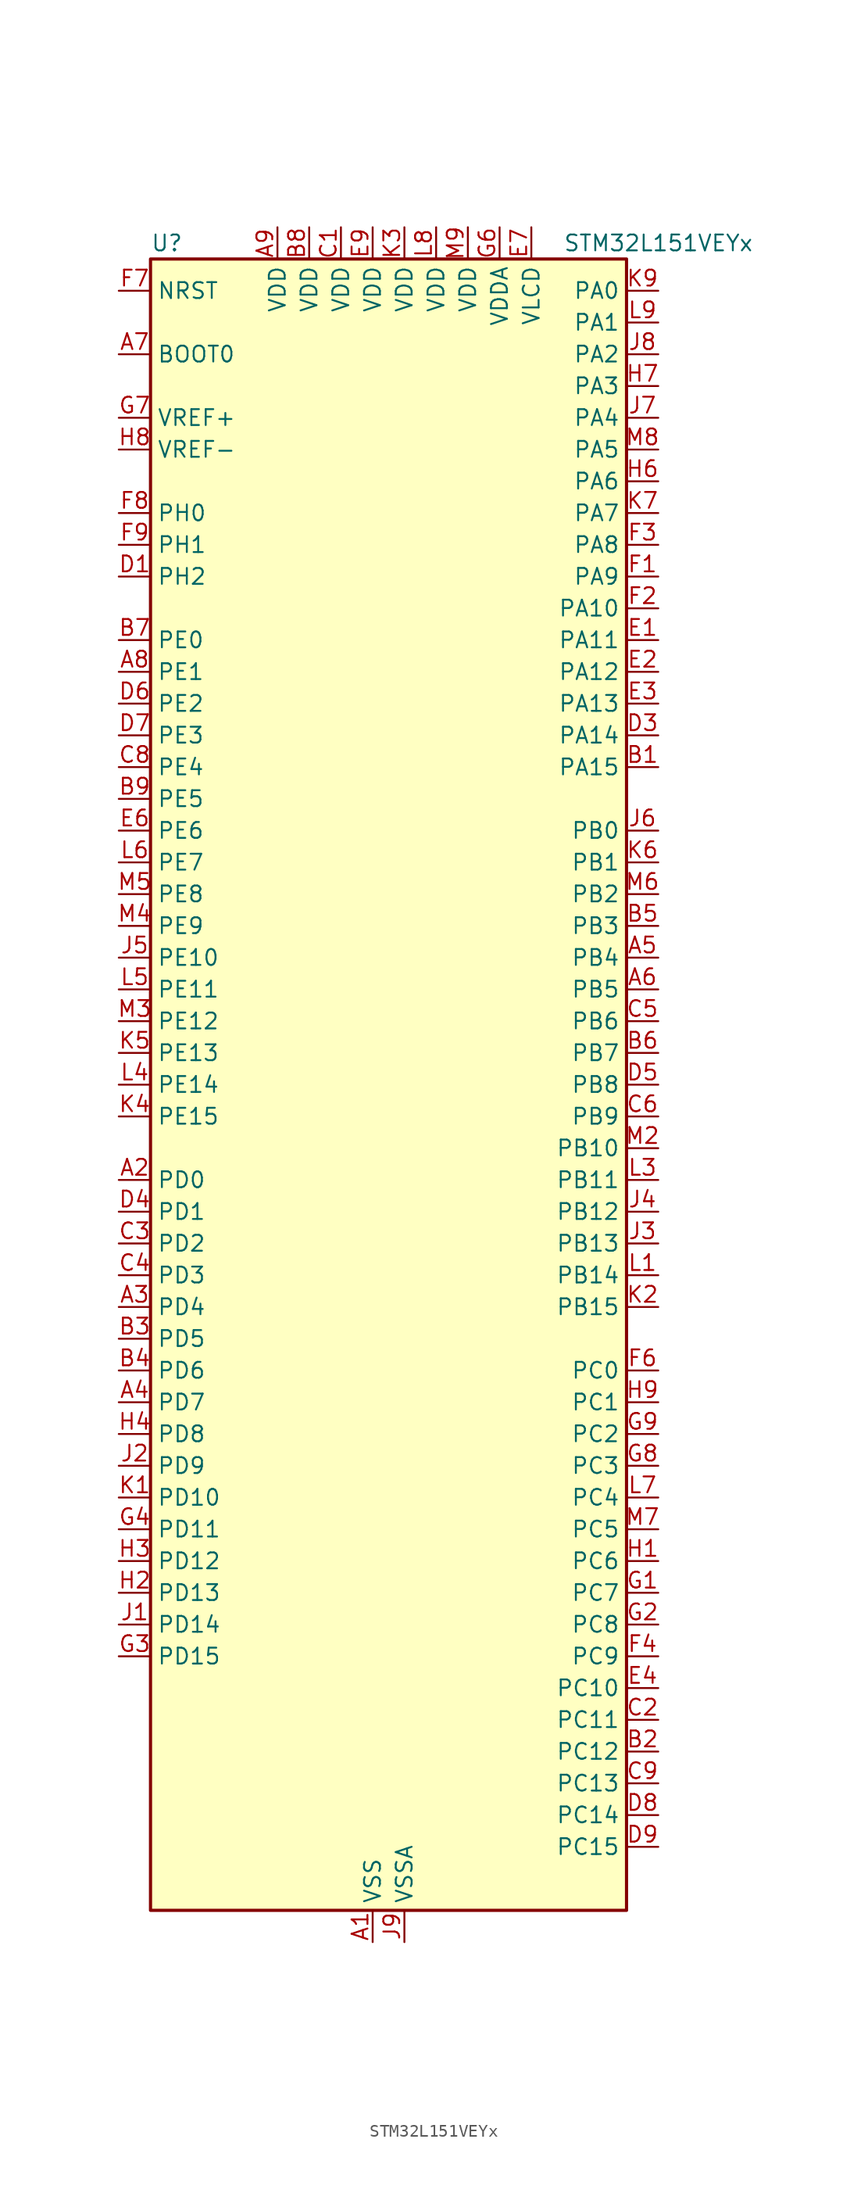
<source format=kicad_sym>
(kicad_symbol_lib
  (version 20231120)
  (generator "kicad-library-utils")
  (generator_version "8.0")
  (symbol "STM32L151VEYx"
    (property "Reference" "U"
      (at -17.78 67.31 0)
      (effects (font (size 1.27 1.27)) (justify left)))
    (property "Value" "STM32L151VEYx"
      (at 15.24 67.31 0)
      (effects (font (size 1.27 1.27)) (justify left)))
    (symbol "STM32L151VEYx_0_1"
      (rectangle (start -17.78 -66.04) (end 20.32 66.04) (stroke (width 0.254) (type default)) (fill (type background))))
    (symbol "STM32L151VEYx_1_1"
      (pin power_in line (at 0 -68.58 90) (length 2.54) (name "VSS" (effects (font (size 1.27 1.27)))) (number "A1" (effects (font (size 1.27 1.27)))))
      (pin bidirectional line (at -20.32 -7.62 0) (length 2.54) (name "PD0" (effects (font (size 1.27 1.27)))) (number "A2" (effects (font (size 1.27 1.27)))) (alternate "I2S2_WS" bidirectional line) (alternate "SPI2_NSS" bidirectional line) (alternate "TIM9_CH1" bidirectional line) (alternate "TIMX_IC1" bidirectional line))
      (pin bidirectional line (at -20.32 -17.78 0) (length 2.54) (name "PD4" (effects (font (size 1.27 1.27)))) (number "A3" (effects (font (size 1.27 1.27)))) (alternate "I2S2_SD" bidirectional line) (alternate "SPI2_MOSI" bidirectional line) (alternate "TIMX_IC1" bidirectional line) (alternate "USART2_RTS" bidirectional line))
      (pin bidirectional line (at -20.32 -25.4 0) (length 2.54) (name "PD7" (effects (font (size 1.27 1.27)))) (number "A4" (effects (font (size 1.27 1.27)))) (alternate "TIM9_CH2" bidirectional line) (alternate "TIMX_IC4" bidirectional line) (alternate "USART2_CK" bidirectional line))
      (pin bidirectional line (at 22.86 10.16 180) (length 2.54) (name "PB4" (effects (font (size 1.27 1.27)))) (number "A5" (effects (font (size 1.27 1.27)))) (alternate "COMP2_INP" bidirectional line) (alternate "SPI1_MISO" bidirectional line) (alternate "SPI3_MISO" bidirectional line) (alternate "SYS_JTRST" bidirectional line) (alternate "TIM3_CH1" bidirectional line) (alternate "TS_G6_IO1" bidirectional line))
      (pin bidirectional line (at 22.86 7.62 180) (length 2.54) (name "PB5" (effects (font (size 1.27 1.27)))) (number "A6" (effects (font (size 1.27 1.27)))) (alternate "COMP2_INP" bidirectional line) (alternate "I2C1_SMBA" bidirectional line) (alternate "I2S3_SD" bidirectional line) (alternate "SPI1_MOSI" bidirectional line) (alternate "SPI3_MOSI" bidirectional line) (alternate "TIM3_CH2" bidirectional line) (alternate "TS_G6_IO2" bidirectional line))
      (pin input line (at -20.32 58.42 0) (length 2.54) (name "BOOT0" (effects (font (size 1.27 1.27)))) (number "A7" (effects (font (size 1.27 1.27)))))
      (pin bidirectional line (at -20.32 33.02 0) (length 2.54) (name "PE1" (effects (font (size 1.27 1.27)))) (number "A8" (effects (font (size 1.27 1.27)))) (alternate "TIM11_CH1" bidirectional line) (alternate "TIMX_IC2" bidirectional line))
      (pin power_in line (at -7.62 68.58 270) (length 2.54) (name "VDD" (effects (font (size 1.27 1.27)))) (number "A9" (effects (font (size 1.27 1.27)))))
      (pin bidirectional line (at 22.86 25.4 180) (length 2.54) (name "PA15" (effects (font (size 1.27 1.27)))) (number "B1" (effects (font (size 1.27 1.27)))) (alternate "ADC_EXTI15" bidirectional line) (alternate "I2S3_WS" bidirectional line) (alternate "SPI1_NSS" bidirectional line) (alternate "SPI3_NSS" bidirectional line) (alternate "SYS_JTDI" bidirectional line) (alternate "TIM2_CH1" bidirectional line) (alternate "TIM2_ETR" bidirectional line) (alternate "TIMX_IC4" bidirectional line) (alternate "TS_G5_IO3" bidirectional line))
      (pin bidirectional line (at 22.86 -53.34 180) (length 2.54) (name "PC12" (effects (font (size 1.27 1.27)))) (number "B2" (effects (font (size 1.27 1.27)))) (alternate "I2S3_SD" bidirectional line) (alternate "SPI3_MOSI" bidirectional line) (alternate "TIMX_IC1" bidirectional line) (alternate "UART5_TX" bidirectional line) (alternate "USART3_CK" bidirectional line))
      (pin bidirectional line (at -20.32 -20.32 0) (length 2.54) (name "PD5" (effects (font (size 1.27 1.27)))) (number "B3" (effects (font (size 1.27 1.27)))) (alternate "TIMX_IC2" bidirectional line) (alternate "USART2_TX" bidirectional line))
      (pin bidirectional line (at -20.32 -22.86 0) (length 2.54) (name "PD6" (effects (font (size 1.27 1.27)))) (number "B4" (effects (font (size 1.27 1.27)))) (alternate "TIMX_IC3" bidirectional line) (alternate "USART2_RX" bidirectional line))
      (pin bidirectional line (at 22.86 12.7 180) (length 2.54) (name "PB3" (effects (font (size 1.27 1.27)))) (number "B5" (effects (font (size 1.27 1.27)))) (alternate "COMP2_INM" bidirectional line) (alternate "I2S3_CK" bidirectional line) (alternate "SPI1_SCK" bidirectional line) (alternate "SPI3_SCK" bidirectional line) (alternate "SYS_JTDO-TRACESWO" bidirectional line) (alternate "TIM2_CH2" bidirectional line))
      (pin bidirectional line (at 22.86 2.54 180) (length 2.54) (name "PB7" (effects (font (size 1.27 1.27)))) (number "B6" (effects (font (size 1.27 1.27)))) (alternate "COMP2_INP" bidirectional line) (alternate "I2C1_SDA" bidirectional line) (alternate "SYS_PVD_IN" bidirectional line) (alternate "TIM4_CH2" bidirectional line) (alternate "TS_G6_IO4" bidirectional line) (alternate "USART1_RX" bidirectional line))
      (pin bidirectional line (at -20.32 35.56 0) (length 2.54) (name "PE0" (effects (font (size 1.27 1.27)))) (number "B7" (effects (font (size 1.27 1.27)))) (alternate "TIM10_CH1" bidirectional line) (alternate "TIM4_ETR" bidirectional line) (alternate "TIMX_IC1" bidirectional line))
      (pin power_in line (at -5.08 68.58 270) (length 2.54) (name "VDD" (effects (font (size 1.27 1.27)))) (number "B8" (effects (font (size 1.27 1.27)))))
      (pin bidirectional line (at -20.32 22.86 0) (length 2.54) (name "PE5" (effects (font (size 1.27 1.27)))) (number "B9" (effects (font (size 1.27 1.27)))) (alternate "SYS_TRACED2" bidirectional line) (alternate "TIM9_CH1" bidirectional line) (alternate "TIMX_IC2" bidirectional line))
      (pin power_in line (at -2.54 68.58 270) (length 2.54) (name "VDD" (effects (font (size 1.27 1.27)))) (number "C1" (effects (font (size 1.27 1.27)))))
      (pin bidirectional line (at 22.86 -50.8 180) (length 2.54) (name "PC11" (effects (font (size 1.27 1.27)))) (number "C2" (effects (font (size 1.27 1.27)))) (alternate "ADC_EXTI11" bidirectional line) (alternate "SPI3_MISO" bidirectional line) (alternate "TIMX_IC4" bidirectional line) (alternate "UART4_RX" bidirectional line) (alternate "USART3_RX" bidirectional line))
      (pin bidirectional line (at -20.32 -12.7 0) (length 2.54) (name "PD2" (effects (font (size 1.27 1.27)))) (number "C3" (effects (font (size 1.27 1.27)))) (alternate "TIM3_ETR" bidirectional line) (alternate "TIMX_IC3" bidirectional line) (alternate "UART5_RX" bidirectional line))
      (pin bidirectional line (at -20.32 -15.24 0) (length 2.54) (name "PD3" (effects (font (size 1.27 1.27)))) (number "C4" (effects (font (size 1.27 1.27)))) (alternate "SPI2_MISO" bidirectional line) (alternate "TIMX_IC4" bidirectional line) (alternate "USART2_CTS" bidirectional line))
      (pin bidirectional line (at 22.86 5.08 180) (length 2.54) (name "PB6" (effects (font (size 1.27 1.27)))) (number "C5" (effects (font (size 1.27 1.27)))) (alternate "COMP2_INP" bidirectional line) (alternate "I2C1_SCL" bidirectional line) (alternate "TIM4_CH1" bidirectional line) (alternate "TS_G6_IO3" bidirectional line) (alternate "USART1_TX" bidirectional line))
      (pin bidirectional line (at 22.86 -2.54 180) (length 2.54) (name "PB9" (effects (font (size 1.27 1.27)))) (number "C6" (effects (font (size 1.27 1.27)))) (alternate "DAC_EXTI9" bidirectional line) (alternate "I2C1_SDA" bidirectional line) (alternate "TIM11_CH1" bidirectional line) (alternate "TIM4_CH4" bidirectional line))
      (pin passive line (at 0 -68.58 90) (length 2.54) hide (name "VSS" (effects (font (size 1.27 1.27)))) (number "C7" (effects (font (size 1.27 1.27)))))
      (pin bidirectional line (at -20.32 25.4 0) (length 2.54) (name "PE4" (effects (font (size 1.27 1.27)))) (number "C8" (effects (font (size 1.27 1.27)))) (alternate "SYS_TRACED1" bidirectional line) (alternate "TIM3_CH2" bidirectional line) (alternate "TIMX_IC1" bidirectional line))
      (pin bidirectional line (at 22.86 -55.88 180) (length 2.54) (name "PC13" (effects (font (size 1.27 1.27)))) (number "C9" (effects (font (size 1.27 1.27)))) (alternate "RTC_OUT_ALARM" bidirectional line) (alternate "RTC_OUT_CALIB" bidirectional line) (alternate "RTC_TAMP1" bidirectional line) (alternate "RTC_TS" bidirectional line) (alternate "SYS_WKUP2" bidirectional line) (alternate "TIMX_IC2" bidirectional line))
      (pin bidirectional line (at -20.32 40.64 0) (length 2.54) (name "PH2" (effects (font (size 1.27 1.27)))) (number "D1" (effects (font (size 1.27 1.27)))))
      (pin passive line (at 0 -68.58 90) (length 2.54) hide (name "VSS" (effects (font (size 1.27 1.27)))) (number "D2" (effects (font (size 1.27 1.27)))))
      (pin bidirectional line (at 22.86 27.94 180) (length 2.54) (name "PA14" (effects (font (size 1.27 1.27)))) (number "D3" (effects (font (size 1.27 1.27)))) (alternate "SYS_JTCK-SWCLK" bidirectional line) (alternate "TIMX_IC3" bidirectional line) (alternate "TS_G5_IO2" bidirectional line))
      (pin bidirectional line (at -20.32 -10.16 0) (length 2.54) (name "PD1" (effects (font (size 1.27 1.27)))) (number "D4" (effects (font (size 1.27 1.27)))) (alternate "I2S2_CK" bidirectional line) (alternate "SPI2_SCK" bidirectional line) (alternate "TIMX_IC2" bidirectional line))
      (pin bidirectional line (at 22.86 0 180) (length 2.54) (name "PB8" (effects (font (size 1.27 1.27)))) (number "D5" (effects (font (size 1.27 1.27)))) (alternate "I2C1_SCL" bidirectional line) (alternate "TIM10_CH1" bidirectional line) (alternate "TIM4_CH3" bidirectional line))
      (pin bidirectional line (at -20.32 30.48 0) (length 2.54) (name "PE2" (effects (font (size 1.27 1.27)))) (number "D6" (effects (font (size 1.27 1.27)))) (alternate "SYS_TRACECK" bidirectional line) (alternate "TIM3_ETR" bidirectional line) (alternate "TIMX_IC3" bidirectional line))
      (pin bidirectional line (at -20.32 27.94 0) (length 2.54) (name "PE3" (effects (font (size 1.27 1.27)))) (number "D7" (effects (font (size 1.27 1.27)))) (alternate "SYS_TRACED0" bidirectional line) (alternate "TIM3_CH1" bidirectional line) (alternate "TIMX_IC4" bidirectional line))
      (pin bidirectional line (at 22.86 -58.42 180) (length 2.54) (name "PC14" (effects (font (size 1.27 1.27)))) (number "D8" (effects (font (size 1.27 1.27)))) (alternate "RCC_OSC32_IN" bidirectional line) (alternate "TIMX_IC3" bidirectional line))
      (pin bidirectional line (at 22.86 -60.96 180) (length 2.54) (name "PC15" (effects (font (size 1.27 1.27)))) (number "D9" (effects (font (size 1.27 1.27)))) (alternate "ADC_EXTI15" bidirectional line) (alternate "RCC_OSC32_OUT" bidirectional line) (alternate "TIMX_IC4" bidirectional line))
      (pin bidirectional line (at 22.86 35.56 180) (length 2.54) (name "PA11" (effects (font (size 1.27 1.27)))) (number "E1" (effects (font (size 1.27 1.27)))) (alternate "ADC_EXTI11" bidirectional line) (alternate "SPI1_MISO" bidirectional line) (alternate "TIMX_IC4" bidirectional line) (alternate "USART1_CTS" bidirectional line) (alternate "USB_DM" bidirectional line))
      (pin bidirectional line (at 22.86 33.02 180) (length 2.54) (name "PA12" (effects (font (size 1.27 1.27)))) (number "E2" (effects (font (size 1.27 1.27)))) (alternate "SPI1_MOSI" bidirectional line) (alternate "TIMX_IC1" bidirectional line) (alternate "USART1_RTS" bidirectional line) (alternate "USB_DP" bidirectional line))
      (pin bidirectional line (at 22.86 30.48 180) (length 2.54) (name "PA13" (effects (font (size 1.27 1.27)))) (number "E3" (effects (font (size 1.27 1.27)))) (alternate "SYS_JTMS-SWDIO" bidirectional line) (alternate "TIMX_IC2" bidirectional line) (alternate "TS_G5_IO1" bidirectional line))
      (pin bidirectional line (at 22.86 -48.26 180) (length 2.54) (name "PC10" (effects (font (size 1.27 1.27)))) (number "E4" (effects (font (size 1.27 1.27)))) (alternate "I2S3_CK" bidirectional line) (alternate "SPI3_SCK" bidirectional line) (alternate "TIMX_IC3" bidirectional line) (alternate "UART4_TX" bidirectional line) (alternate "USART3_TX" bidirectional line))
      (pin bidirectional line (at -20.32 20.32 0) (length 2.54) (name "PE6" (effects (font (size 1.27 1.27)))) (number "E6" (effects (font (size 1.27 1.27)))) (alternate "RTC_TAMP3" bidirectional line) (alternate "SYS_TRACED3" bidirectional line) (alternate "SYS_WKUP3" bidirectional line) (alternate "TIM9_CH2" bidirectional line) (alternate "TIMX_IC3" bidirectional line))
      (pin power_in line (at 12.7 68.58 270) (length 2.54) (name "VLCD" (effects (font (size 1.27 1.27)))) (number "E7" (effects (font (size 1.27 1.27)))))
      (pin passive line (at 0 -68.58 90) (length 2.54) hide (name "VSS" (effects (font (size 1.27 1.27)))) (number "E8" (effects (font (size 1.27 1.27)))))
      (pin power_in line (at 0 68.58 270) (length 2.54) (name "VDD" (effects (font (size 1.27 1.27)))) (number "E9" (effects (font (size 1.27 1.27)))))
      (pin bidirectional line (at 22.86 40.64 180) (length 2.54) (name "PA9" (effects (font (size 1.27 1.27)))) (number "F1" (effects (font (size 1.27 1.27)))) (alternate "DAC_EXTI9" bidirectional line) (alternate "TIMX_IC2" bidirectional line) (alternate "TS_G4_IO2" bidirectional line) (alternate "USART1_TX" bidirectional line))
      (pin bidirectional line (at 22.86 38.1 180) (length 2.54) (name "PA10" (effects (font (size 1.27 1.27)))) (number "F2" (effects (font (size 1.27 1.27)))) (alternate "TIMX_IC3" bidirectional line) (alternate "TS_G4_IO3" bidirectional line) (alternate "USART1_RX" bidirectional line))
      (pin bidirectional line (at 22.86 43.18 180) (length 2.54) (name "PA8" (effects (font (size 1.27 1.27)))) (number "F3" (effects (font (size 1.27 1.27)))) (alternate "RCC_MCO" bidirectional line) (alternate "TIMX_IC1" bidirectional line) (alternate "TS_G4_IO1" bidirectional line) (alternate "USART1_CK" bidirectional line))
      (pin bidirectional line (at 22.86 -45.72 180) (length 2.54) (name "PC9" (effects (font (size 1.27 1.27)))) (number "F4" (effects (font (size 1.27 1.27)))) (alternate "DAC_EXTI9" bidirectional line) (alternate "TIM3_CH4" bidirectional line) (alternate "TIMX_IC2" bidirectional line) (alternate "TS_G10_IO4" bidirectional line))
      (pin bidirectional line (at 22.86 -22.86 180) (length 2.54) (name "PC0" (effects (font (size 1.27 1.27)))) (number "F6" (effects (font (size 1.27 1.27)))) (alternate "ADC_IN10" bidirectional line) (alternate "COMP1_INP" bidirectional line) (alternate "TIMX_IC1" bidirectional line) (alternate "TS_G8_IO1" bidirectional line))
      (pin input line (at -20.32 63.5 0) (length 2.54) (name "NRST" (effects (font (size 1.27 1.27)))) (number "F7" (effects (font (size 1.27 1.27)))))
      (pin bidirectional line (at -20.32 45.72 0) (length 2.54) (name "PH0" (effects (font (size 1.27 1.27)))) (number "F8" (effects (font (size 1.27 1.27)))) (alternate "RCC_OSC_IN" bidirectional line))
      (pin bidirectional line (at -20.32 43.18 0) (length 2.54) (name "PH1" (effects (font (size 1.27 1.27)))) (number "F9" (effects (font (size 1.27 1.27)))) (alternate "RCC_OSC_OUT" bidirectional line))
      (pin bidirectional line (at 22.86 -40.64 180) (length 2.54) (name "PC7" (effects (font (size 1.27 1.27)))) (number "G1" (effects (font (size 1.27 1.27)))) (alternate "I2S3_MCK" bidirectional line) (alternate "TIM3_CH2" bidirectional line) (alternate "TIMX_IC4" bidirectional line) (alternate "TS_G10_IO2" bidirectional line))
      (pin bidirectional line (at 22.86 -43.18 180) (length 2.54) (name "PC8" (effects (font (size 1.27 1.27)))) (number "G2" (effects (font (size 1.27 1.27)))) (alternate "TIM3_CH3" bidirectional line) (alternate "TIMX_IC1" bidirectional line) (alternate "TS_G10_IO3" bidirectional line))
      (pin bidirectional line (at -20.32 -45.72 0) (length 2.54) (name "PD15" (effects (font (size 1.27 1.27)))) (number "G3" (effects (font (size 1.27 1.27)))) (alternate "ADC_EXTI15" bidirectional line) (alternate "TIM4_CH4" bidirectional line) (alternate "TIMX_IC4" bidirectional line))
      (pin bidirectional line (at -20.32 -35.56 0) (length 2.54) (name "PD11" (effects (font (size 1.27 1.27)))) (number "G4" (effects (font (size 1.27 1.27)))) (alternate "ADC_EXTI11" bidirectional line) (alternate "TIMX_IC4" bidirectional line) (alternate "USART3_CTS" bidirectional line))
      (pin power_in line (at 10.16 68.58 270) (length 2.54) (name "VDDA" (effects (font (size 1.27 1.27)))) (number "G6" (effects (font (size 1.27 1.27)))))
      (pin input line (at -20.32 53.34 0) (length 2.54) (name "VREF+" (effects (font (size 1.27 1.27)))) (number "G7" (effects (font (size 1.27 1.27)))))
      (pin bidirectional line (at 22.86 -30.48 180) (length 2.54) (name "PC3" (effects (font (size 1.27 1.27)))) (number "G8" (effects (font (size 1.27 1.27)))) (alternate "ADC_IN13" bidirectional line) (alternate "COMP1_INP" bidirectional line) (alternate "TIMX_IC4" bidirectional line) (alternate "TS_G8_IO4" bidirectional line))
      (pin bidirectional line (at 22.86 -27.94 180) (length 2.54) (name "PC2" (effects (font (size 1.27 1.27)))) (number "G9" (effects (font (size 1.27 1.27)))) (alternate "ADC_IN12" bidirectional line) (alternate "COMP1_INP" bidirectional line) (alternate "TIMX_IC3" bidirectional line) (alternate "TS_G8_IO3" bidirectional line))
      (pin bidirectional line (at 22.86 -38.1 180) (length 2.54) (name "PC6" (effects (font (size 1.27 1.27)))) (number "H1" (effects (font (size 1.27 1.27)))) (alternate "I2S2_MCK" bidirectional line) (alternate "TIM3_CH1" bidirectional line) (alternate "TIMX_IC3" bidirectional line) (alternate "TS_G10_IO1" bidirectional line))
      (pin bidirectional line (at -20.32 -40.64 0) (length 2.54) (name "PD13" (effects (font (size 1.27 1.27)))) (number "H2" (effects (font (size 1.27 1.27)))) (alternate "TIM4_CH2" bidirectional line) (alternate "TIMX_IC2" bidirectional line))
      (pin bidirectional line (at -20.32 -38.1 0) (length 2.54) (name "PD12" (effects (font (size 1.27 1.27)))) (number "H3" (effects (font (size 1.27 1.27)))) (alternate "TIM4_CH1" bidirectional line) (alternate "TIMX_IC1" bidirectional line) (alternate "USART3_RTS" bidirectional line))
      (pin bidirectional line (at -20.32 -27.94 0) (length 2.54) (name "PD8" (effects (font (size 1.27 1.27)))) (number "H4" (effects (font (size 1.27 1.27)))) (alternate "TIMX_IC1" bidirectional line) (alternate "USART3_TX" bidirectional line))
      (pin bidirectional line (at 22.86 48.26 180) (length 2.54) (name "PA6" (effects (font (size 1.27 1.27)))) (number "H6" (effects (font (size 1.27 1.27)))) (alternate "ADC_IN6" bidirectional line) (alternate "COMP1_INP" bidirectional line) (alternate "OPAMP2_VINP" bidirectional line) (alternate "SPI1_MISO" bidirectional line) (alternate "TIM10_CH1" bidirectional line) (alternate "TIM3_CH1" bidirectional line) (alternate "TIMX_IC3" bidirectional line) (alternate "TS_G2_IO1" bidirectional line))
      (pin bidirectional line (at 22.86 55.88 180) (length 2.54) (name "PA3" (effects (font (size 1.27 1.27)))) (number "H7" (effects (font (size 1.27 1.27)))) (alternate "ADC_IN3" bidirectional line) (alternate "COMP1_INP" bidirectional line) (alternate "OPAMP1_VOUT" bidirectional line) (alternate "TIM2_CH4" bidirectional line) (alternate "TIM5_CH4" bidirectional line) (alternate "TIM9_CH2" bidirectional line) (alternate "TIMX_IC4" bidirectional line) (alternate "TS_G1_IO4" bidirectional line) (alternate "USART2_RX" bidirectional line))
      (pin input line (at -20.32 50.8 0) (length 2.54) (name "VREF-" (effects (font (size 1.27 1.27)))) (number "H8" (effects (font (size 1.27 1.27)))))
      (pin bidirectional line (at 22.86 -25.4 180) (length 2.54) (name "PC1" (effects (font (size 1.27 1.27)))) (number "H9" (effects (font (size 1.27 1.27)))) (alternate "ADC_IN11" bidirectional line) (alternate "COMP1_INP" bidirectional line) (alternate "TIMX_IC2" bidirectional line) (alternate "TS_G8_IO2" bidirectional line))
      (pin bidirectional line (at -20.32 -43.18 0) (length 2.54) (name "PD14" (effects (font (size 1.27 1.27)))) (number "J1" (effects (font (size 1.27 1.27)))) (alternate "TIM4_CH3" bidirectional line) (alternate "TIMX_IC3" bidirectional line))
      (pin bidirectional line (at -20.32 -30.48 0) (length 2.54) (name "PD9" (effects (font (size 1.27 1.27)))) (number "J2" (effects (font (size 1.27 1.27)))) (alternate "DAC_EXTI9" bidirectional line) (alternate "TIMX_IC2" bidirectional line) (alternate "USART3_RX" bidirectional line))
      (pin bidirectional line (at 22.86 -12.7 180) (length 2.54) (name "PB13" (effects (font (size 1.27 1.27)))) (number "J3" (effects (font (size 1.27 1.27)))) (alternate "ADC_IN19" bidirectional line) (alternate "COMP1_INP" bidirectional line) (alternate "I2S2_CK" bidirectional line) (alternate "SPI2_SCK" bidirectional line) (alternate "TIM9_CH1" bidirectional line) (alternate "TS_G7_IO2" bidirectional line) (alternate "USART3_CTS" bidirectional line))
      (pin bidirectional line (at 22.86 -10.16 180) (length 2.54) (name "PB12" (effects (font (size 1.27 1.27)))) (number "J4" (effects (font (size 1.27 1.27)))) (alternate "ADC_IN18" bidirectional line) (alternate "COMP1_INP" bidirectional line) (alternate "I2C2_SMBA" bidirectional line) (alternate "I2S2_WS" bidirectional line) (alternate "SPI2_NSS" bidirectional line) (alternate "TIM10_CH1" bidirectional line) (alternate "TS_G7_IO1" bidirectional line) (alternate "USART3_CK" bidirectional line))
      (pin bidirectional line (at -20.32 10.16 0) (length 2.54) (name "PE10" (effects (font (size 1.27 1.27)))) (number "J5" (effects (font (size 1.27 1.27)))) (alternate "ADC_IN25" bidirectional line) (alternate "COMP1_INP" bidirectional line) (alternate "TIM2_CH2" bidirectional line) (alternate "TIMX_IC3" bidirectional line))
      (pin bidirectional line (at 22.86 20.32 180) (length 2.54) (name "PB0" (effects (font (size 1.27 1.27)))) (number "J6" (effects (font (size 1.27 1.27)))) (alternate "ADC_IN8" bidirectional line) (alternate "COMP1_INP" bidirectional line) (alternate "OPAMP2_VOUT" bidirectional line) (alternate "SYS_V_REF_OUT" bidirectional line) (alternate "TIM3_CH3" bidirectional line) (alternate "TS_G3_IO1" bidirectional line))
      (pin bidirectional line (at 22.86 53.34 180) (length 2.54) (name "PA4" (effects (font (size 1.27 1.27)))) (number "J7" (effects (font (size 1.27 1.27)))) (alternate "ADC_IN4" bidirectional line) (alternate "COMP1_INP" bidirectional line) (alternate "DAC_OUT1" bidirectional line) (alternate "I2S3_WS" bidirectional line) (alternate "SPI1_NSS" bidirectional line) (alternate "SPI3_NSS" bidirectional line) (alternate "TIMX_IC1" bidirectional line) (alternate "USART2_CK" bidirectional line))
      (pin bidirectional line (at 22.86 58.42 180) (length 2.54) (name "PA2" (effects (font (size 1.27 1.27)))) (number "J8" (effects (font (size 1.27 1.27)))) (alternate "ADC_IN2" bidirectional line) (alternate "COMP1_INP" bidirectional line) (alternate "OPAMP1_VINM" bidirectional line) (alternate "TIM2_CH3" bidirectional line) (alternate "TIM5_CH3" bidirectional line) (alternate "TIM9_CH1" bidirectional line) (alternate "TIMX_IC3" bidirectional line) (alternate "TS_G1_IO3" bidirectional line) (alternate "USART2_TX" bidirectional line))
      (pin power_in line (at 2.54 -68.58 90) (length 2.54) (name "VSSA" (effects (font (size 1.27 1.27)))) (number "J9" (effects (font (size 1.27 1.27)))))
      (pin bidirectional line (at -20.32 -33.02 0) (length 2.54) (name "PD10" (effects (font (size 1.27 1.27)))) (number "K1" (effects (font (size 1.27 1.27)))) (alternate "TIMX_IC3" bidirectional line) (alternate "USART3_CK" bidirectional line))
      (pin bidirectional line (at 22.86 -17.78 180) (length 2.54) (name "PB15" (effects (font (size 1.27 1.27)))) (number "K2" (effects (font (size 1.27 1.27)))) (alternate "ADC_EXTI15" bidirectional line) (alternate "ADC_IN21" bidirectional line) (alternate "COMP1_INP" bidirectional line) (alternate "I2S2_SD" bidirectional line) (alternate "RTC_REFIN" bidirectional line) (alternate "SPI2_MOSI" bidirectional line) (alternate "TIM11_CH1" bidirectional line) (alternate "TS_G7_IO4" bidirectional line))
      (pin power_in line (at 2.54 68.58 270) (length 2.54) (name "VDD" (effects (font (size 1.27 1.27)))) (number "K3" (effects (font (size 1.27 1.27)))))
      (pin bidirectional line (at -20.32 -2.54 0) (length 2.54) (name "PE15" (effects (font (size 1.27 1.27)))) (number "K4" (effects (font (size 1.27 1.27)))) (alternate "ADC_EXTI15" bidirectional line) (alternate "SPI1_MOSI" bidirectional line) (alternate "TIMX_IC4" bidirectional line))
      (pin bidirectional line (at -20.32 2.54 0) (length 2.54) (name "PE13" (effects (font (size 1.27 1.27)))) (number "K5" (effects (font (size 1.27 1.27)))) (alternate "SPI1_SCK" bidirectional line) (alternate "TIMX_IC2" bidirectional line))
      (pin bidirectional line (at 22.86 17.78 180) (length 2.54) (name "PB1" (effects (font (size 1.27 1.27)))) (number "K6" (effects (font (size 1.27 1.27)))) (alternate "ADC_IN9" bidirectional line) (alternate "COMP1_INP" bidirectional line) (alternate "SYS_V_REF_OUT" bidirectional line) (alternate "TIM3_CH4" bidirectional line) (alternate "TS_G3_IO2" bidirectional line))
      (pin bidirectional line (at 22.86 45.72 180) (length 2.54) (name "PA7" (effects (font (size 1.27 1.27)))) (number "K7" (effects (font (size 1.27 1.27)))) (alternate "ADC_IN7" bidirectional line) (alternate "COMP1_INP" bidirectional line) (alternate "OPAMP2_VINM" bidirectional line) (alternate "SPI1_MOSI" bidirectional line) (alternate "TIM11_CH1" bidirectional line) (alternate "TIM3_CH2" bidirectional line) (alternate "TIMX_IC4" bidirectional line) (alternate "TS_G2_IO2" bidirectional line))
      (pin passive line (at 0 -68.58 90) (length 2.54) hide (name "VSS" (effects (font (size 1.27 1.27)))) (number "K8" (effects (font (size 1.27 1.27)))))
      (pin bidirectional line (at 22.86 63.5 180) (length 2.54) (name "PA0" (effects (font (size 1.27 1.27)))) (number "K9" (effects (font (size 1.27 1.27)))) (alternate "ADC_IN0" bidirectional line) (alternate "COMP1_INP" bidirectional line) (alternate "RTC_TAMP2" bidirectional line) (alternate "SYS_WKUP1" bidirectional line) (alternate "TIM2_CH1" bidirectional line) (alternate "TIM2_ETR" bidirectional line) (alternate "TIM5_CH1" bidirectional line) (alternate "TIMX_IC1" bidirectional line) (alternate "TS_G1_IO1" bidirectional line) (alternate "USART2_CTS" bidirectional line))
      (pin bidirectional line (at 22.86 -15.24 180) (length 2.54) (name "PB14" (effects (font (size 1.27 1.27)))) (number "L1" (effects (font (size 1.27 1.27)))) (alternate "ADC_IN20" bidirectional line) (alternate "COMP1_INP" bidirectional line) (alternate "SPI2_MISO" bidirectional line) (alternate "TIM9_CH2" bidirectional line) (alternate "TS_G7_IO3" bidirectional line) (alternate "USART3_RTS" bidirectional line))
      (pin passive line (at 0 -68.58 90) (length 2.54) hide (name "VSS" (effects (font (size 1.27 1.27)))) (number "L2" (effects (font (size 1.27 1.27)))))
      (pin bidirectional line (at 22.86 -7.62 180) (length 2.54) (name "PB11" (effects (font (size 1.27 1.27)))) (number "L3" (effects (font (size 1.27 1.27)))) (alternate "ADC_EXTI11" bidirectional line) (alternate "I2C2_SDA" bidirectional line) (alternate "TIM2_CH4" bidirectional line) (alternate "USART3_RX" bidirectional line))
      (pin bidirectional line (at -20.32 0 0) (length 2.54) (name "PE14" (effects (font (size 1.27 1.27)))) (number "L4" (effects (font (size 1.27 1.27)))) (alternate "SPI1_MISO" bidirectional line) (alternate "TIMX_IC3" bidirectional line))
      (pin bidirectional line (at -20.32 7.62 0) (length 2.54) (name "PE11" (effects (font (size 1.27 1.27)))) (number "L5" (effects (font (size 1.27 1.27)))) (alternate "ADC_EXTI11" bidirectional line) (alternate "TIM2_CH3" bidirectional line) (alternate "TIMX_IC4" bidirectional line))
      (pin bidirectional line (at -20.32 17.78 0) (length 2.54) (name "PE7" (effects (font (size 1.27 1.27)))) (number "L6" (effects (font (size 1.27 1.27)))) (alternate "ADC_IN22" bidirectional line) (alternate "COMP1_INP" bidirectional line) (alternate "TIMX_IC4" bidirectional line))
      (pin bidirectional line (at 22.86 -33.02 180) (length 2.54) (name "PC4" (effects (font (size 1.27 1.27)))) (number "L7" (effects (font (size 1.27 1.27)))) (alternate "ADC_IN14" bidirectional line) (alternate "COMP1_INP" bidirectional line) (alternate "TIMX_IC1" bidirectional line) (alternate "TS_G9_IO1" bidirectional line))
      (pin power_in line (at 5.08 68.58 270) (length 2.54) (name "VDD" (effects (font (size 1.27 1.27)))) (number "L8" (effects (font (size 1.27 1.27)))))
      (pin bidirectional line (at 22.86 60.96 180) (length 2.54) (name "PA1" (effects (font (size 1.27 1.27)))) (number "L9" (effects (font (size 1.27 1.27)))) (alternate "ADC_IN1" bidirectional line) (alternate "COMP1_INP" bidirectional line) (alternate "OPAMP1_VINP" bidirectional line) (alternate "TIM2_CH2" bidirectional line) (alternate "TIM5_CH2" bidirectional line) (alternate "TIMX_IC2" bidirectional line) (alternate "TS_G1_IO2" bidirectional line) (alternate "USART2_RTS" bidirectional line))
      (pin passive line (at 0 -68.58 90) (length 2.54) hide (name "VSS" (effects (font (size 1.27 1.27)))) (number "M1" (effects (font (size 1.27 1.27)))))
      (pin bidirectional line (at 22.86 -5.08 180) (length 2.54) (name "PB10" (effects (font (size 1.27 1.27)))) (number "M2" (effects (font (size 1.27 1.27)))) (alternate "I2C2_SCL" bidirectional line) (alternate "TIM2_CH3" bidirectional line) (alternate "USART3_TX" bidirectional line))
      (pin bidirectional line (at -20.32 5.08 0) (length 2.54) (name "PE12" (effects (font (size 1.27 1.27)))) (number "M3" (effects (font (size 1.27 1.27)))) (alternate "SPI1_NSS" bidirectional line) (alternate "TIM2_CH4" bidirectional line) (alternate "TIMX_IC1" bidirectional line))
      (pin bidirectional line (at -20.32 12.7 0) (length 2.54) (name "PE9" (effects (font (size 1.27 1.27)))) (number "M4" (effects (font (size 1.27 1.27)))) (alternate "ADC_IN24" bidirectional line) (alternate "COMP1_INP" bidirectional line) (alternate "DAC_EXTI9" bidirectional line) (alternate "TIM2_CH1" bidirectional line) (alternate "TIM2_ETR" bidirectional line) (alternate "TIMX_IC2" bidirectional line))
      (pin bidirectional line (at -20.32 15.24 0) (length 2.54) (name "PE8" (effects (font (size 1.27 1.27)))) (number "M5" (effects (font (size 1.27 1.27)))) (alternate "ADC_IN23" bidirectional line) (alternate "COMP1_INP" bidirectional line) (alternate "TIMX_IC1" bidirectional line))
      (pin bidirectional line (at 22.86 15.24 180) (length 2.54) (name "PB2" (effects (font (size 1.27 1.27)))) (number "M6" (effects (font (size 1.27 1.27)))) (alternate "ADC_IN0b" bidirectional line) (alternate "TS_G3_IO3" bidirectional line))
      (pin bidirectional line (at 22.86 -35.56 180) (length 2.54) (name "PC5" (effects (font (size 1.27 1.27)))) (number "M7" (effects (font (size 1.27 1.27)))) (alternate "ADC_IN15" bidirectional line) (alternate "COMP1_INP" bidirectional line) (alternate "TIMX_IC2" bidirectional line) (alternate "TS_G9_IO2" bidirectional line))
      (pin bidirectional line (at 22.86 50.8 180) (length 2.54) (name "PA5" (effects (font (size 1.27 1.27)))) (number "M8" (effects (font (size 1.27 1.27)))) (alternate "ADC_IN5" bidirectional line) (alternate "COMP1_INP" bidirectional line) (alternate "DAC_OUT2" bidirectional line) (alternate "SPI1_SCK" bidirectional line) (alternate "TIM2_CH1" bidirectional line) (alternate "TIM2_ETR" bidirectional line) (alternate "TIMX_IC2" bidirectional line))
      (pin power_in line (at 7.62 68.58 270) (length 2.54) (name "VDD" (effects (font (size 1.27 1.27)))) (number "M9" (effects (font (size 1.27 1.27))))))))
</source>
